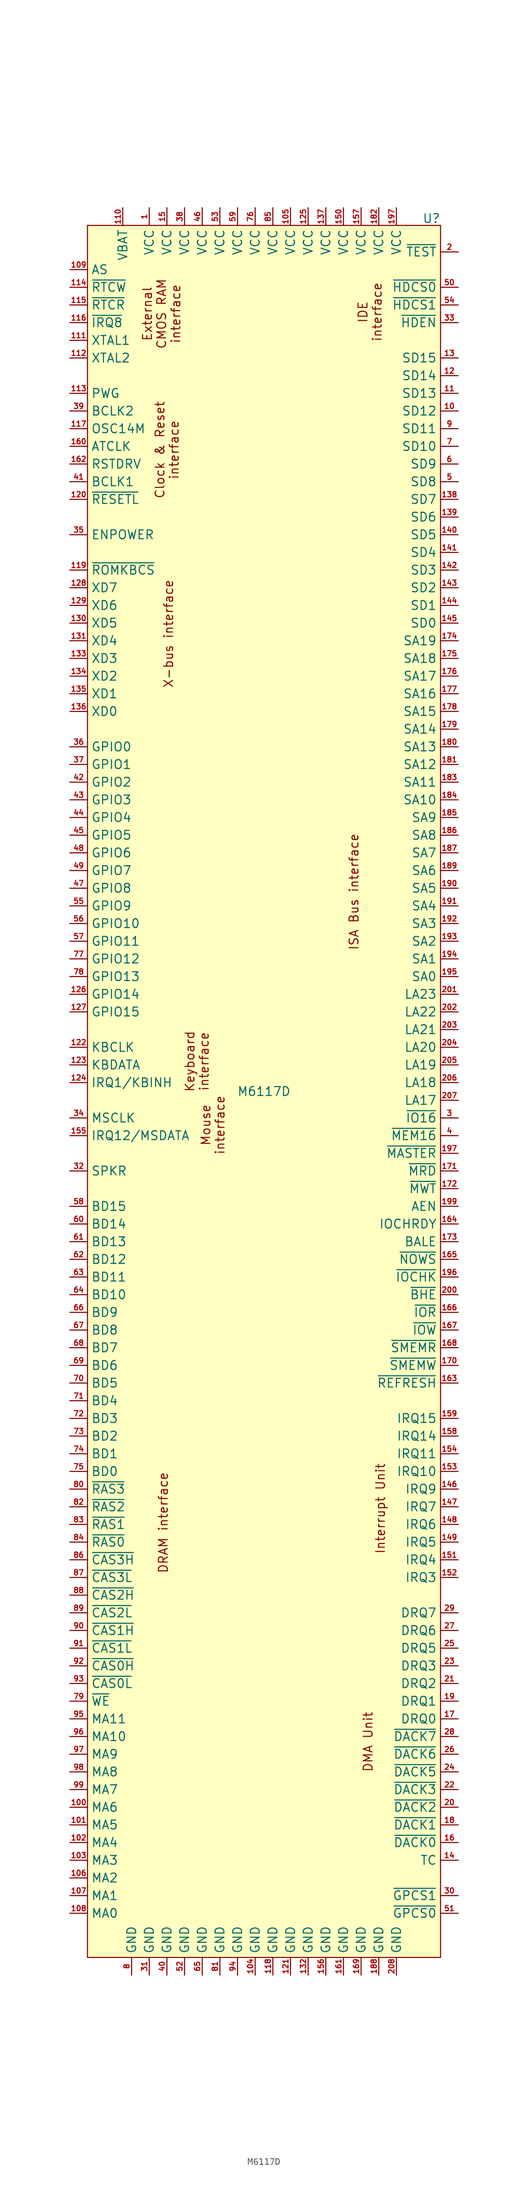
<source format=kicad_sym>
(kicad_symbol_lib
  (version 20231120)
  (generator "kicad_symbol_editor")
  (generator_version "8.0")
  (symbol "M6117D"
    (property "Reference" "U"
      (at 25.4 124.714 0)
      (effects (font (size 1.27 1.27)) (justify right bottom)))
    (property "Value" "M6117D"
      (at 0 0 0)
      (effects (font (size 1.27 1.27))))
    (symbol "M6117D_1_1"
      (rectangle (start -25.4 124.46) (end 25.4 -124.46) (stroke (width 0) (type default)) (fill (type background)))
      (text "Clock & Reset\ninterface" (at -12.192 92.202 900) (effects (font (size 1.27 1.27)) (justify bottom)))
      (text "DMA Unit" (at 14.224 -93.472 900) (effects (font (size 1.27 1.27)) (justify top)))
      (text "DRAM interface" (at -15.24 -61.976 900) (effects (font (size 1.27 1.27)) (justify top)))
      (text "External\nCMOS RAM\ninterface" (at -17.526 111.76 900) (effects (font (size 1.27 1.27)) (justify top)))
      (text "IDE\ninterface" (at 17.018 112.014 900) (effects (font (size 1.27 1.27)) (justify bottom)))
      (text "Interrupt Unit" (at 16.002 -59.944 900) (effects (font (size 1.27 1.27)) (justify top)))
      (text "ISA Bus interface" (at 12.192 28.702 900) (effects (font (size 1.27 1.27)) (justify top)))
      (text "Keyboard\ninterface" (at -7.874 4.318 900) (effects (font (size 1.27 1.27)) (justify bottom)))
      (text "Mouse\ninterface" (at -5.588 -4.826 900) (effects (font (size 1.27 1.27)) (justify bottom)))
      (text "X-bus interface" (at -14.478 65.786 900) (effects (font (size 1.27 1.27)) (justify top)))
      (pin power_in line (at -16.51 127 270) (length 2.54) (name "VCC" (effects (font (size 1.27 1.27)))) (number "1" (effects (font (size 0.762 0.762)))))
      (pin bidirectional line (at 27.94 97.79 180) (length 2.54) (name "SD12" (effects (font (size 1.27 1.27)))) (number "10" (effects (font (size 0.762 0.762)))))
      (pin output line (at -27.94 -102.87 0) (length 2.54) (name "MA6" (effects (font (size 1.27 1.27)))) (number "100" (effects (font (size 0.762 0.762)))))
      (pin output line (at -27.94 -105.41 0) (length 2.54) (name "MA5" (effects (font (size 1.27 1.27)))) (number "101" (effects (font (size 0.762 0.762)))))
      (pin output line (at -27.94 -107.95 0) (length 2.54) (name "MA4" (effects (font (size 1.27 1.27)))) (number "102" (effects (font (size 0.762 0.762)))))
      (pin output line (at -27.94 -110.49 0) (length 2.54) (name "MA3" (effects (font (size 1.27 1.27)))) (number "103" (effects (font (size 0.762 0.762)))))
      (pin power_in line (at -1.27 -127 90) (length 2.54) (name "GND" (effects (font (size 1.27 1.27)))) (number "104" (effects (font (size 0.762 0.762)))))
      (pin power_in line (at 3.81 127 270) (length 2.54) (name "VCC" (effects (font (size 1.27 1.27)))) (number "105" (effects (font (size 0.762 0.762)))))
      (pin output line (at -27.94 -113.03 0) (length 2.54) (name "MA2" (effects (font (size 1.27 1.27)))) (number "106" (effects (font (size 0.762 0.762)))))
      (pin output line (at -27.94 -115.57 0) (length 2.54) (name "MA1" (effects (font (size 1.27 1.27)))) (number "107" (effects (font (size 0.762 0.762)))))
      (pin output line (at -27.94 -118.11 0) (length 2.54) (name "MA0" (effects (font (size 1.27 1.27)))) (number "108" (effects (font (size 0.762 0.762)))))
      (pin output line (at -27.94 118.11 0) (length 2.54) (name "AS" (effects (font (size 1.27 1.27)))) (number "109" (effects (font (size 0.762 0.762)))))
      (pin bidirectional line (at 27.94 100.33 180) (length 2.54) (name "SD13" (effects (font (size 1.27 1.27)))) (number "11" (effects (font (size 0.762 0.762)))))
      (pin power_in line (at -20.32 127 270) (length 2.54) (name "VBAT" (effects (font (size 1.27 1.27)))) (number "110" (effects (font (size 0.762 0.762)))))
      (pin output line (at -27.94 107.95 0) (length 2.54) (name "XTAL1" (effects (font (size 1.27 1.27)))) (number "111" (effects (font (size 0.762 0.762)))))
      (pin input line (at -27.94 105.41 0) (length 2.54) (name "XTAL2" (effects (font (size 1.27 1.27)))) (number "112" (effects (font (size 0.762 0.762)))))
      (pin input line (at -27.94 100.33 0) (length 2.54) (name "PWG" (effects (font (size 1.27 1.27)))) (number "113" (effects (font (size 0.762 0.762)))))
      (pin output line (at -27.94 115.57 0) (length 2.54) (name "~{RTCW}" (effects (font (size 1.27 1.27)))) (number "114" (effects (font (size 0.762 0.762)))))
      (pin output line (at -27.94 113.03 0) (length 2.54) (name "~{RTCR}" (effects (font (size 1.27 1.27)))) (number "115" (effects (font (size 0.762 0.762)))))
      (pin input line (at -27.94 110.49 0) (length 2.54) (name "~{IRQ8}" (effects (font (size 1.27 1.27)))) (number "116" (effects (font (size 0.762 0.762)))))
      (pin input line (at -27.94 95.25 0) (length 2.54) (name "OSC14M" (effects (font (size 1.27 1.27)))) (number "117" (effects (font (size 0.762 0.762)))))
      (pin power_in line (at 1.27 -127 90) (length 2.54) (name "GND" (effects (font (size 1.27 1.27)))) (number "118" (effects (font (size 0.762 0.762)))))
      (pin bidirectional line (at -27.94 74.93 0) (length 2.54) (name "~{ROMKBCS}" (effects (font (size 1.27 1.27)))) (number "119" (effects (font (size 0.762 0.762)))))
      (pin bidirectional line (at 27.94 102.87 180) (length 2.54) (name "SD14" (effects (font (size 1.27 1.27)))) (number "12" (effects (font (size 0.762 0.762)))))
      (pin output line (at -27.94 85.09 0) (length 2.54) (name "~{RESETL}" (effects (font (size 1.27 1.27)))) (number "120" (effects (font (size 0.762 0.762)))))
      (pin power_in line (at 3.81 -127 90) (length 2.54) (name "GND" (effects (font (size 1.27 1.27)))) (number "121" (effects (font (size 0.762 0.762)))))
      (pin bidirectional line (at -27.94 6.35 0) (length 2.54) (name "KBCLK" (effects (font (size 1.27 1.27)))) (number "122" (effects (font (size 0.762 0.762)))))
      (pin bidirectional line (at -27.94 3.81 0) (length 2.54) (name "KBDATA" (effects (font (size 1.27 1.27)))) (number "123" (effects (font (size 0.762 0.762)))))
      (pin bidirectional line (at -27.94 1.27 0) (length 2.54) (name "IRQ1/KBINH" (effects (font (size 1.27 1.27)))) (number "124" (effects (font (size 0.762 0.762)))))
      (pin power_in line (at 6.35 127 270) (length 2.54) (name "VCC" (effects (font (size 1.27 1.27)))) (number "125" (effects (font (size 0.762 0.762)))))
      (pin bidirectional line (at -27.94 13.97 0) (length 2.54) (name "GPIO14" (effects (font (size 1.27 1.27)))) (number "126" (effects (font (size 0.762 0.762)))))
      (pin bidirectional line (at -27.94 11.43 0) (length 2.54) (name "GPIO15" (effects (font (size 1.27 1.27)))) (number "127" (effects (font (size 0.762 0.762)))))
      (pin bidirectional line (at -27.94 72.39 0) (length 2.54) (name "XD7" (effects (font (size 1.27 1.27)))) (number "128" (effects (font (size 0.762 0.762)))))
      (pin bidirectional line (at -27.94 69.85 0) (length 2.54) (name "XD6" (effects (font (size 1.27 1.27)))) (number "129" (effects (font (size 0.762 0.762)))))
      (pin bidirectional line (at 27.94 105.41 180) (length 2.54) (name "SD15" (effects (font (size 1.27 1.27)))) (number "13" (effects (font (size 0.762 0.762)))))
      (pin bidirectional line (at -27.94 67.31 0) (length 2.54) (name "XD5" (effects (font (size 1.27 1.27)))) (number "130" (effects (font (size 0.762 0.762)))))
      (pin bidirectional line (at -27.94 64.77 0) (length 2.54) (name "XD4" (effects (font (size 1.27 1.27)))) (number "131" (effects (font (size 0.762 0.762)))))
      (pin power_in line (at 6.35 -127 90) (length 2.54) (name "GND" (effects (font (size 1.27 1.27)))) (number "132" (effects (font (size 0.762 0.762)))))
      (pin bidirectional line (at -27.94 62.23 0) (length 2.54) (name "XD3" (effects (font (size 1.27 1.27)))) (number "133" (effects (font (size 0.762 0.762)))))
      (pin bidirectional line (at -27.94 59.69 0) (length 2.54) (name "XD2" (effects (font (size 1.27 1.27)))) (number "134" (effects (font (size 0.762 0.762)))))
      (pin bidirectional line (at -27.94 57.15 0) (length 2.54) (name "XD1" (effects (font (size 1.27 1.27)))) (number "135" (effects (font (size 0.762 0.762)))))
      (pin bidirectional line (at -27.94 54.61 0) (length 2.54) (name "XD0" (effects (font (size 1.27 1.27)))) (number "136" (effects (font (size 0.762 0.762)))))
      (pin power_in line (at 8.89 127 270) (length 2.54) (name "VCC" (effects (font (size 1.27 1.27)))) (number "137" (effects (font (size 0.762 0.762)))))
      (pin bidirectional line (at 27.94 85.09 180) (length 2.54) (name "SD7" (effects (font (size 1.27 1.27)))) (number "138" (effects (font (size 0.762 0.762)))))
      (pin bidirectional line (at 27.94 82.55 180) (length 2.54) (name "SD6" (effects (font (size 1.27 1.27)))) (number "139" (effects (font (size 0.762 0.762)))))
      (pin output line (at 27.94 -110.49 180) (length 2.54) (name "TC" (effects (font (size 1.27 1.27)))) (number "14" (effects (font (size 0.762 0.762)))))
      (pin bidirectional line (at 27.94 80.01 180) (length 2.54) (name "SD5" (effects (font (size 1.27 1.27)))) (number "140" (effects (font (size 0.762 0.762)))))
      (pin bidirectional line (at 27.94 77.47 180) (length 2.54) (name "SD4" (effects (font (size 1.27 1.27)))) (number "141" (effects (font (size 0.762 0.762)))))
      (pin bidirectional line (at 27.94 74.93 180) (length 2.54) (name "SD3" (effects (font (size 1.27 1.27)))) (number "142" (effects (font (size 0.762 0.762)))))
      (pin bidirectional line (at 27.94 72.39 180) (length 2.54) (name "SD2" (effects (font (size 1.27 1.27)))) (number "143" (effects (font (size 0.762 0.762)))))
      (pin bidirectional line (at 27.94 69.85 180) (length 2.54) (name "SD1" (effects (font (size 1.27 1.27)))) (number "144" (effects (font (size 0.762 0.762)))))
      (pin bidirectional line (at 27.94 67.31 180) (length 2.54) (name "SD0" (effects (font (size 1.27 1.27)))) (number "145" (effects (font (size 0.762 0.762)))))
      (pin input line (at 27.94 -57.15 180) (length 2.54) (name "IRQ9" (effects (font (size 1.27 1.27)))) (number "146" (effects (font (size 0.762 0.762)))))
      (pin input line (at 27.94 -59.69 180) (length 2.54) (name "IRQ7" (effects (font (size 1.27 1.27)))) (number "147" (effects (font (size 0.762 0.762)))))
      (pin input line (at 27.94 -62.23 180) (length 2.54) (name "IRQ6" (effects (font (size 1.27 1.27)))) (number "148" (effects (font (size 0.762 0.762)))))
      (pin input line (at 27.94 -64.77 180) (length 2.54) (name "IRQ5" (effects (font (size 1.27 1.27)))) (number "149" (effects (font (size 0.762 0.762)))))
      (pin power_in line (at -13.97 127 270) (length 2.54) (name "VCC" (effects (font (size 1.27 1.27)))) (number "15" (effects (font (size 0.762 0.762)))))
      (pin power_in line (at 11.43 127 270) (length 2.54) (name "VCC" (effects (font (size 1.27 1.27)))) (number "150" (effects (font (size 0.762 0.762)))))
      (pin input line (at 27.94 -67.31 180) (length 2.54) (name "IRQ4" (effects (font (size 1.27 1.27)))) (number "151" (effects (font (size 0.762 0.762)))))
      (pin input line (at 27.94 -69.85 180) (length 2.54) (name "IRQ3" (effects (font (size 1.27 1.27)))) (number "152" (effects (font (size 0.762 0.762)))))
      (pin input line (at 27.94 -54.61 180) (length 2.54) (name "IRQ10" (effects (font (size 1.27 1.27)))) (number "153" (effects (font (size 0.762 0.762)))))
      (pin input line (at 27.94 -52.07 180) (length 2.54) (name "IRQ11" (effects (font (size 1.27 1.27)))) (number "154" (effects (font (size 0.762 0.762)))))
      (pin bidirectional line (at -27.94 -6.35 0) (length 2.54) (name "IRQ12/MSDATA" (effects (font (size 1.27 1.27)))) (number "155" (effects (font (size 0.762 0.762)))))
      (pin power_in line (at 8.89 -127 90) (length 2.54) (name "GND" (effects (font (size 1.27 1.27)))) (number "156" (effects (font (size 0.762 0.762)))))
      (pin power_in line (at 13.97 127 270) (length 2.54) (name "VCC" (effects (font (size 1.27 1.27)))) (number "157" (effects (font (size 0.762 0.762)))))
      (pin input line (at 27.94 -49.53 180) (length 2.54) (name "IRQ14" (effects (font (size 1.27 1.27)))) (number "158" (effects (font (size 0.762 0.762)))))
      (pin input line (at 27.94 -46.99 180) (length 2.54) (name "IRQ15" (effects (font (size 1.27 1.27)))) (number "159" (effects (font (size 0.762 0.762)))))
      (pin bidirectional line (at 27.94 -107.95 180) (length 2.54) (name "~{DACK0}" (effects (font (size 1.27 1.27)))) (number "16" (effects (font (size 0.762 0.762)))))
      (pin output line (at -27.94 92.71 0) (length 2.54) (name "ATCLK" (effects (font (size 1.27 1.27)))) (number "160" (effects (font (size 0.762 0.762)))))
      (pin power_in line (at 11.43 -127 90) (length 2.54) (name "GND" (effects (font (size 1.27 1.27)))) (number "161" (effects (font (size 0.762 0.762)))))
      (pin output line (at -27.94 90.17 0) (length 2.54) (name "RSTDRV" (effects (font (size 1.27 1.27)))) (number "162" (effects (font (size 0.762 0.762)))))
      (pin bidirectional line (at 27.94 -41.91 180) (length 2.54) (name "~{REFRESH}" (effects (font (size 1.27 1.27)))) (number "163" (effects (font (size 0.762 0.762)))))
      (pin input line (at 27.94 -19.05 180) (length 2.54) (name "IOCHRDY" (effects (font (size 1.27 1.27)))) (number "164" (effects (font (size 0.762 0.762)))))
      (pin input line (at 27.94 -24.13 180) (length 2.54) (name "~{NOWS}" (effects (font (size 1.27 1.27)))) (number "165" (effects (font (size 0.762 0.762)))))
      (pin bidirectional line (at 27.94 -31.75 180) (length 2.54) (name "~{IOR}" (effects (font (size 1.27 1.27)))) (number "166" (effects (font (size 0.762 0.762)))))
      (pin bidirectional line (at 27.94 -34.29 180) (length 2.54) (name "~{IOW}" (effects (font (size 1.27 1.27)))) (number "167" (effects (font (size 0.762 0.762)))))
      (pin bidirectional line (at 27.94 -36.83 180) (length 2.54) (name "~{SMEMR}" (effects (font (size 1.27 1.27)))) (number "168" (effects (font (size 0.762 0.762)))))
      (pin power_in line (at 13.97 -127 90) (length 2.54) (name "GND" (effects (font (size 1.27 1.27)))) (number "169" (effects (font (size 0.762 0.762)))))
      (pin bidirectional line (at 27.94 -90.17 180) (length 2.54) (name "DRQ0" (effects (font (size 1.27 1.27)))) (number "17" (effects (font (size 0.762 0.762)))))
      (pin bidirectional line (at 27.94 -39.37 180) (length 2.54) (name "~{SMEMW}" (effects (font (size 1.27 1.27)))) (number "170" (effects (font (size 0.762 0.762)))))
      (pin bidirectional line (at 27.94 -11.43 180) (length 2.54) (name "~{MRD}" (effects (font (size 1.27 1.27)))) (number "171" (effects (font (size 0.762 0.762)))))
      (pin bidirectional line (at 27.94 -13.97 180) (length 2.54) (name "~{MWT}" (effects (font (size 1.27 1.27)))) (number "172" (effects (font (size 0.762 0.762)))))
      (pin output line (at 27.94 -21.59 180) (length 2.54) (name "BALE" (effects (font (size 1.27 1.27)))) (number "173" (effects (font (size 0.762 0.762)))))
      (pin bidirectional line (at 27.94 64.77 180) (length 2.54) (name "SA19" (effects (font (size 1.27 1.27)))) (number "174" (effects (font (size 0.762 0.762)))))
      (pin bidirectional line (at 27.94 62.23 180) (length 2.54) (name "SA18" (effects (font (size 1.27 1.27)))) (number "175" (effects (font (size 0.762 0.762)))))
      (pin bidirectional line (at 27.94 59.69 180) (length 2.54) (name "SA17" (effects (font (size 1.27 1.27)))) (number "176" (effects (font (size 0.762 0.762)))))
      (pin bidirectional line (at 27.94 57.15 180) (length 2.54) (name "SA16" (effects (font (size 1.27 1.27)))) (number "177" (effects (font (size 0.762 0.762)))))
      (pin bidirectional line (at 27.94 54.61 180) (length 2.54) (name "SA15" (effects (font (size 1.27 1.27)))) (number "178" (effects (font (size 0.762 0.762)))))
      (pin bidirectional line (at 27.94 52.07 180) (length 2.54) (name "SA14" (effects (font (size 1.27 1.27)))) (number "179" (effects (font (size 0.762 0.762)))))
      (pin bidirectional line (at 27.94 -105.41 180) (length 2.54) (name "~{DACK1}" (effects (font (size 1.27 1.27)))) (number "18" (effects (font (size 0.762 0.762)))))
      (pin bidirectional line (at 27.94 49.53 180) (length 2.54) (name "SA13" (effects (font (size 1.27 1.27)))) (number "180" (effects (font (size 0.762 0.762)))))
      (pin bidirectional line (at 27.94 46.99 180) (length 2.54) (name "SA12" (effects (font (size 1.27 1.27)))) (number "181" (effects (font (size 0.762 0.762)))))
      (pin power_in line (at 16.51 127 270) (length 2.54) (name "VCC" (effects (font (size 1.27 1.27)))) (number "182" (effects (font (size 0.762 0.762)))))
      (pin bidirectional line (at 27.94 44.45 180) (length 2.54) (name "SA11" (effects (font (size 1.27 1.27)))) (number "183" (effects (font (size 0.762 0.762)))))
      (pin bidirectional line (at 27.94 41.91 180) (length 2.54) (name "SA10" (effects (font (size 1.27 1.27)))) (number "184" (effects (font (size 0.762 0.762)))))
      (pin bidirectional line (at 27.94 39.37 180) (length 2.54) (name "SA9" (effects (font (size 1.27 1.27)))) (number "185" (effects (font (size 0.762 0.762)))))
      (pin bidirectional line (at 27.94 36.83 180) (length 2.54) (name "SA8" (effects (font (size 1.27 1.27)))) (number "186" (effects (font (size 0.762 0.762)))))
      (pin bidirectional line (at 27.94 34.29 180) (length 2.54) (name "SA7" (effects (font (size 1.27 1.27)))) (number "187" (effects (font (size 0.762 0.762)))))
      (pin power_in line (at 16.51 -127 90) (length 2.54) (name "GND" (effects (font (size 1.27 1.27)))) (number "188" (effects (font (size 0.762 0.762)))))
      (pin bidirectional line (at 27.94 31.75 180) (length 2.54) (name "SA6" (effects (font (size 1.27 1.27)))) (number "189" (effects (font (size 0.762 0.762)))))
      (pin bidirectional line (at 27.94 -87.63 180) (length 2.54) (name "DRQ1" (effects (font (size 1.27 1.27)))) (number "19" (effects (font (size 0.762 0.762)))))
      (pin bidirectional line (at 27.94 29.21 180) (length 2.54) (name "SA5" (effects (font (size 1.27 1.27)))) (number "190" (effects (font (size 0.762 0.762)))))
      (pin bidirectional line (at 27.94 26.67 180) (length 2.54) (name "SA4" (effects (font (size 1.27 1.27)))) (number "191" (effects (font (size 0.762 0.762)))))
      (pin bidirectional line (at 27.94 24.13 180) (length 2.54) (name "SA3" (effects (font (size 1.27 1.27)))) (number "192" (effects (font (size 0.762 0.762)))))
      (pin bidirectional line (at 27.94 21.59 180) (length 2.54) (name "SA2" (effects (font (size 1.27 1.27)))) (number "193" (effects (font (size 0.762 0.762)))))
      (pin bidirectional line (at 27.94 19.05 180) (length 2.54) (name "SA1" (effects (font (size 1.27 1.27)))) (number "194" (effects (font (size 0.762 0.762)))))
      (pin bidirectional line (at 27.94 16.51 180) (length 2.54) (name "SA0" (effects (font (size 1.27 1.27)))) (number "195" (effects (font (size 0.762 0.762)))))
      (pin input line (at 27.94 -26.67 180) (length 2.54) (name "~{IOCHK}" (effects (font (size 1.27 1.27)))) (number "196" (effects (font (size 0.762 0.762)))))
      (pin power_in line (at 19.05 127 270) (length 2.54) (name "VCC" (effects (font (size 1.27 1.27)))) (number "197" (effects (font (size 0.762 0.762)))))
      (pin input line (at 27.94 -8.89 180) (length 2.54) (name "~{MASTER}" (effects (font (size 1.27 1.27)))) (number "197" (effects (font (size 0.762 0.762)))))
      (pin bidirectional line (at 27.94 -16.51 180) (length 2.54) (name "AEN" (effects (font (size 1.27 1.27)))) (number "199" (effects (font (size 0.762 0.762)))))
      (pin input line (at 27.94 120.65 180) (length 2.54) (name "~{TEST}" (effects (font (size 1.27 1.27)))) (number "2" (effects (font (size 0.762 0.762)))))
      (pin bidirectional line (at 27.94 -102.87 180) (length 2.54) (name "~{DACK2}" (effects (font (size 1.27 1.27)))) (number "20" (effects (font (size 0.762 0.762)))))
      (pin bidirectional line (at 27.94 -29.21 180) (length 2.54) (name "~{BHE}" (effects (font (size 1.27 1.27)))) (number "200" (effects (font (size 0.762 0.762)))))
      (pin bidirectional line (at 27.94 13.97 180) (length 2.54) (name "LA23" (effects (font (size 1.27 1.27)))) (number "201" (effects (font (size 0.762 0.762)))))
      (pin bidirectional line (at 27.94 11.43 180) (length 2.54) (name "LA22" (effects (font (size 1.27 1.27)))) (number "202" (effects (font (size 0.762 0.762)))))
      (pin bidirectional line (at 27.94 8.89 180) (length 2.54) (name "LA21" (effects (font (size 1.27 1.27)))) (number "203" (effects (font (size 0.762 0.762)))))
      (pin bidirectional line (at 27.94 6.35 180) (length 2.54) (name "LA20" (effects (font (size 1.27 1.27)))) (number "204" (effects (font (size 0.762 0.762)))))
      (pin bidirectional line (at 27.94 3.81 180) (length 2.54) (name "LA19" (effects (font (size 1.27 1.27)))) (number "205" (effects (font (size 0.762 0.762)))))
      (pin bidirectional line (at 27.94 1.27 180) (length 2.54) (name "LA18" (effects (font (size 1.27 1.27)))) (number "206" (effects (font (size 0.762 0.762)))))
      (pin bidirectional line (at 27.94 -1.27 180) (length 2.54) (name "LA17" (effects (font (size 1.27 1.27)))) (number "207" (effects (font (size 0.762 0.762)))))
      (pin power_in line (at 19.05 -127 90) (length 2.54) (name "GND" (effects (font (size 1.27 1.27)))) (number "208" (effects (font (size 0.762 0.762)))))
      (pin bidirectional line (at 27.94 -85.09 180) (length 2.54) (name "DRQ2" (effects (font (size 1.27 1.27)))) (number "21" (effects (font (size 0.762 0.762)))))
      (pin bidirectional line (at 27.94 -100.33 180) (length 2.54) (name "~{DACK3}" (effects (font (size 1.27 1.27)))) (number "22" (effects (font (size 0.762 0.762)))))
      (pin bidirectional line (at 27.94 -82.55 180) (length 2.54) (name "DRQ3" (effects (font (size 1.27 1.27)))) (number "23" (effects (font (size 0.762 0.762)))))
      (pin bidirectional line (at 27.94 -97.79 180) (length 2.54) (name "~{DACK5}" (effects (font (size 1.27 1.27)))) (number "24" (effects (font (size 0.762 0.762)))))
      (pin bidirectional line (at 27.94 -80.01 180) (length 2.54) (name "DRQ5" (effects (font (size 1.27 1.27)))) (number "25" (effects (font (size 0.762 0.762)))))
      (pin bidirectional line (at 27.94 -95.25 180) (length 2.54) (name "~{DACK6}" (effects (font (size 1.27 1.27)))) (number "26" (effects (font (size 0.762 0.762)))))
      (pin bidirectional line (at 27.94 -77.47 180) (length 2.54) (name "DRQ6" (effects (font (size 1.27 1.27)))) (number "27" (effects (font (size 0.762 0.762)))))
      (pin bidirectional line (at 27.94 -92.71 180) (length 2.54) (name "~{DACK7}" (effects (font (size 1.27 1.27)))) (number "28" (effects (font (size 0.762 0.762)))))
      (pin bidirectional line (at 27.94 -74.93 180) (length 2.54) (name "DRQ7" (effects (font (size 1.27 1.27)))) (number "29" (effects (font (size 0.762 0.762)))))
      (pin input line (at 27.94 -3.81 180) (length 2.54) (name "~{IO16}" (effects (font (size 1.27 1.27)))) (number "3" (effects (font (size 0.762 0.762)))))
      (pin output line (at 27.94 -115.57 180) (length 2.54) (name "~{GPCS1}" (effects (font (size 1.27 1.27)))) (number "30" (effects (font (size 0.762 0.762)))))
      (pin power_in line (at -16.51 -127 90) (length 2.54) (name "GND" (effects (font (size 1.27 1.27)))) (number "31" (effects (font (size 0.762 0.762)))))
      (pin output line (at -27.94 -11.43 0) (length 2.54) (name "SPKR" (effects (font (size 1.27 1.27)))) (number "32" (effects (font (size 0.762 0.762)))))
      (pin output line (at 27.94 110.49 180) (length 2.54) (name "~{HDEN}" (effects (font (size 1.27 1.27)))) (number "33" (effects (font (size 0.762 0.762)))))
      (pin bidirectional line (at -27.94 -3.81 0) (length 2.54) (name "MSCLK" (effects (font (size 1.27 1.27)))) (number "34" (effects (font (size 0.762 0.762)))))
      (pin output line (at -27.94 80.01 0) (length 2.54) (name "ENPOWER" (effects (font (size 1.27 1.27)))) (number "35" (effects (font (size 0.762 0.762)))))
      (pin bidirectional line (at -27.94 49.53 0) (length 2.54) (name "GPIO0" (effects (font (size 1.27 1.27)))) (number "36" (effects (font (size 0.762 0.762)))))
      (pin bidirectional line (at -27.94 46.99 0) (length 2.54) (name "GPIO1" (effects (font (size 1.27 1.27)))) (number "37" (effects (font (size 0.762 0.762)))))
      (pin power_in line (at -11.43 127 270) (length 2.54) (name "VCC" (effects (font (size 1.27 1.27)))) (number "38" (effects (font (size 0.762 0.762)))))
      (pin input line (at -27.94 97.79 0) (length 2.54) (name "BCLK2" (effects (font (size 1.27 1.27)))) (number "39" (effects (font (size 0.762 0.762)))))
      (pin input line (at 27.94 -6.35 180) (length 2.54) (name "~{MEM16}" (effects (font (size 1.27 1.27)))) (number "4" (effects (font (size 0.762 0.762)))))
      (pin power_in line (at -13.97 -127 90) (length 2.54) (name "GND" (effects (font (size 1.27 1.27)))) (number "40" (effects (font (size 0.762 0.762)))))
      (pin output line (at -27.94 87.63 0) (length 2.54) (name "BCLK1" (effects (font (size 1.27 1.27)))) (number "41" (effects (font (size 0.762 0.762)))))
      (pin bidirectional line (at -27.94 44.45 0) (length 2.54) (name "GPIO2" (effects (font (size 1.27 1.27)))) (number "42" (effects (font (size 0.762 0.762)))))
      (pin bidirectional line (at -27.94 41.91 0) (length 2.54) (name "GPIO3" (effects (font (size 1.27 1.27)))) (number "43" (effects (font (size 0.762 0.762)))))
      (pin bidirectional line (at -27.94 39.37 0) (length 2.54) (name "GPIO4" (effects (font (size 1.27 1.27)))) (number "44" (effects (font (size 0.762 0.762)))))
      (pin bidirectional line (at -27.94 36.83 0) (length 2.54) (name "GPIO5" (effects (font (size 1.27 1.27)))) (number "45" (effects (font (size 0.762 0.762)))))
      (pin power_in line (at -8.89 127 270) (length 2.54) (name "VCC" (effects (font (size 1.27 1.27)))) (number "46" (effects (font (size 0.762 0.762)))))
      (pin bidirectional line (at -27.94 29.21 0) (length 2.54) (name "GPIO8" (effects (font (size 1.27 1.27)))) (number "47" (effects (font (size 0.762 0.762)))))
      (pin bidirectional line (at -27.94 34.29 0) (length 2.54) (name "GPIO6" (effects (font (size 1.27 1.27)))) (number "48" (effects (font (size 0.762 0.762)))))
      (pin bidirectional line (at -27.94 31.75 0) (length 2.54) (name "GPIO7" (effects (font (size 1.27 1.27)))) (number "49" (effects (font (size 0.762 0.762)))))
      (pin bidirectional line (at 27.94 87.63 180) (length 2.54) (name "SD8" (effects (font (size 1.27 1.27)))) (number "5" (effects (font (size 0.762 0.762)))))
      (pin output line (at 27.94 115.57 180) (length 2.54) (name "~{HDCS0}" (effects (font (size 1.27 1.27)))) (number "50" (effects (font (size 0.762 0.762)))))
      (pin output line (at 27.94 -118.11 180) (length 2.54) (name "~{GPCS0}" (effects (font (size 1.27 1.27)))) (number "51" (effects (font (size 0.762 0.762)))))
      (pin power_in line (at -11.43 -127 90) (length 2.54) (name "GND" (effects (font (size 1.27 1.27)))) (number "52" (effects (font (size 0.762 0.762)))))
      (pin power_in line (at -6.35 127 270) (length 2.54) (name "VCC" (effects (font (size 1.27 1.27)))) (number "53" (effects (font (size 0.762 0.762)))))
      (pin output line (at 27.94 113.03 180) (length 2.54) (name "~{HDCS1}" (effects (font (size 1.27 1.27)))) (number "54" (effects (font (size 0.762 0.762)))))
      (pin bidirectional line (at -27.94 26.67 0) (length 2.54) (name "GPIO9" (effects (font (size 1.27 1.27)))) (number "55" (effects (font (size 0.762 0.762)))))
      (pin bidirectional line (at -27.94 24.13 0) (length 2.54) (name "GPIO10" (effects (font (size 1.27 1.27)))) (number "56" (effects (font (size 0.762 0.762)))))
      (pin bidirectional line (at -27.94 21.59 0) (length 2.54) (name "GPIO11" (effects (font (size 1.27 1.27)))) (number "57" (effects (font (size 0.762 0.762)))))
      (pin bidirectional line (at -27.94 -16.51 0) (length 2.54) (name "BD15" (effects (font (size 1.27 1.27)))) (number "58" (effects (font (size 0.762 0.762)))))
      (pin power_in line (at -3.81 127 270) (length 2.54) (name "VCC" (effects (font (size 1.27 1.27)))) (number "59" (effects (font (size 0.762 0.762)))))
      (pin bidirectional line (at 27.94 90.17 180) (length 2.54) (name "SD9" (effects (font (size 1.27 1.27)))) (number "6" (effects (font (size 0.762 0.762)))))
      (pin bidirectional line (at -27.94 -19.05 0) (length 2.54) (name "BD14" (effects (font (size 1.27 1.27)))) (number "60" (effects (font (size 0.762 0.762)))))
      (pin bidirectional line (at -27.94 -21.59 0) (length 2.54) (name "BD13" (effects (font (size 1.27 1.27)))) (number "61" (effects (font (size 0.762 0.762)))))
      (pin bidirectional line (at -27.94 -24.13 0) (length 2.54) (name "BD12" (effects (font (size 1.27 1.27)))) (number "62" (effects (font (size 0.762 0.762)))))
      (pin bidirectional line (at -27.94 -26.67 0) (length 2.54) (name "BD11" (effects (font (size 1.27 1.27)))) (number "63" (effects (font (size 0.762 0.762)))))
      (pin bidirectional line (at -27.94 -29.21 0) (length 2.54) (name "BD10" (effects (font (size 1.27 1.27)))) (number "64" (effects (font (size 0.762 0.762)))))
      (pin power_in line (at -8.89 -127 90) (length 2.54) (name "GND" (effects (font (size 1.27 1.27)))) (number "65" (effects (font (size 0.762 0.762)))))
      (pin bidirectional line (at -27.94 -31.75 0) (length 2.54) (name "BD9" (effects (font (size 1.27 1.27)))) (number "66" (effects (font (size 0.762 0.762)))))
      (pin bidirectional line (at -27.94 -34.29 0) (length 2.54) (name "BD8" (effects (font (size 1.27 1.27)))) (number "67" (effects (font (size 0.762 0.762)))))
      (pin bidirectional line (at -27.94 -36.83 0) (length 2.54) (name "BD7" (effects (font (size 1.27 1.27)))) (number "68" (effects (font (size 0.762 0.762)))))
      (pin bidirectional line (at -27.94 -39.37 0) (length 2.54) (name "BD6" (effects (font (size 1.27 1.27)))) (number "69" (effects (font (size 0.762 0.762)))))
      (pin bidirectional line (at 27.94 92.71 180) (length 2.54) (name "SD10" (effects (font (size 1.27 1.27)))) (number "7" (effects (font (size 0.762 0.762)))))
      (pin bidirectional line (at -27.94 -41.91 0) (length 2.54) (name "BD5" (effects (font (size 1.27 1.27)))) (number "70" (effects (font (size 0.762 0.762)))))
      (pin bidirectional line (at -27.94 -44.45 0) (length 2.54) (name "BD4" (effects (font (size 1.27 1.27)))) (number "71" (effects (font (size 0.762 0.762)))))
      (pin bidirectional line (at -27.94 -46.99 0) (length 2.54) (name "BD3" (effects (font (size 1.27 1.27)))) (number "72" (effects (font (size 0.762 0.762)))))
      (pin bidirectional line (at -27.94 -49.53 0) (length 2.54) (name "BD2" (effects (font (size 1.27 1.27)))) (number "73" (effects (font (size 0.762 0.762)))))
      (pin bidirectional line (at -27.94 -52.07 0) (length 2.54) (name "BD1" (effects (font (size 1.27 1.27)))) (number "74" (effects (font (size 0.762 0.762)))))
      (pin bidirectional line (at -27.94 -54.61 0) (length 2.54) (name "BD0" (effects (font (size 1.27 1.27)))) (number "75" (effects (font (size 0.762 0.762)))))
      (pin power_in line (at -1.27 127 270) (length 2.54) (name "VCC" (effects (font (size 1.27 1.27)))) (number "76" (effects (font (size 0.762 0.762)))))
      (pin bidirectional line (at -27.94 19.05 0) (length 2.54) (name "GPIO12" (effects (font (size 1.27 1.27)))) (number "77" (effects (font (size 0.762 0.762)))))
      (pin bidirectional line (at -27.94 16.51 0) (length 2.54) (name "GPIO13" (effects (font (size 1.27 1.27)))) (number "78" (effects (font (size 0.762 0.762)))))
      (pin output line (at -27.94 -87.63 0) (length 2.54) (name "~{WE}" (effects (font (size 1.27 1.27)))) (number "79" (effects (font (size 0.762 0.762)))))
      (pin power_in line (at -19.05 -127 90) (length 2.54) (name "GND" (effects (font (size 1.27 1.27)))) (number "8" (effects (font (size 0.762 0.762)))))
      (pin output line (at -27.94 -57.15 0) (length 2.54) (name "~{RAS3}" (effects (font (size 1.27 1.27)))) (number "80" (effects (font (size 0.762 0.762)))))
      (pin power_in line (at -6.35 -127 90) (length 2.54) (name "GND" (effects (font (size 1.27 1.27)))) (number "81" (effects (font (size 0.762 0.762)))))
      (pin output line (at -27.94 -59.69 0) (length 2.54) (name "~{RAS2}" (effects (font (size 1.27 1.27)))) (number "82" (effects (font (size 0.762 0.762)))))
      (pin output line (at -27.94 -62.23 0) (length 2.54) (name "~{RAS1}" (effects (font (size 1.27 1.27)))) (number "83" (effects (font (size 0.762 0.762)))))
      (pin output line (at -27.94 -64.77 0) (length 2.54) (name "~{RAS0}" (effects (font (size 1.27 1.27)))) (number "84" (effects (font (size 0.762 0.762)))))
      (pin power_in line (at 1.27 127 270) (length 2.54) (name "VCC" (effects (font (size 1.27 1.27)))) (number "85" (effects (font (size 0.762 0.762)))))
      (pin output line (at -27.94 -67.31 0) (length 2.54) (name "~{CAS3H}" (effects (font (size 1.27 1.27)))) (number "86" (effects (font (size 0.762 0.762)))))
      (pin output line (at -27.94 -69.85 0) (length 2.54) (name "~{CAS3L}" (effects (font (size 1.27 1.27)))) (number "87" (effects (font (size 0.762 0.762)))))
      (pin output line (at -27.94 -72.39 0) (length 2.54) (name "~{CAS2H}" (effects (font (size 1.27 1.27)))) (number "88" (effects (font (size 0.762 0.762)))))
      (pin output line (at -27.94 -74.93 0) (length 2.54) (name "~{CAS2L}" (effects (font (size 1.27 1.27)))) (number "89" (effects (font (size 0.762 0.762)))))
      (pin bidirectional line (at 27.94 95.25 180) (length 2.54) (name "SD11" (effects (font (size 1.27 1.27)))) (number "9" (effects (font (size 0.762 0.762)))))
      (pin output line (at -27.94 -77.47 0) (length 2.54) (name "~{CAS1H}" (effects (font (size 1.27 1.27)))) (number "90" (effects (font (size 0.762 0.762)))))
      (pin output line (at -27.94 -80.01 0) (length 2.54) (name "~{CAS1L}" (effects (font (size 1.27 1.27)))) (number "91" (effects (font (size 0.762 0.762)))))
      (pin output line (at -27.94 -82.55 0) (length 2.54) (name "~{CAS0H}" (effects (font (size 1.27 1.27)))) (number "92" (effects (font (size 0.762 0.762)))))
      (pin output line (at -27.94 -85.09 0) (length 2.54) (name "~{CAS0L}" (effects (font (size 1.27 1.27)))) (number "93" (effects (font (size 0.762 0.762)))))
      (pin power_in line (at -3.81 -127 90) (length 2.54) (name "GND" (effects (font (size 1.27 1.27)))) (number "94" (effects (font (size 0.762 0.762)))))
      (pin output line (at -27.94 -90.17 0) (length 2.54) (name "MA11" (effects (font (size 1.27 1.27)))) (number "95" (effects (font (size 0.762 0.762)))))
      (pin output line (at -27.94 -92.71 0) (length 2.54) (name "MA10" (effects (font (size 1.27 1.27)))) (number "96" (effects (font (size 0.762 0.762)))))
      (pin output line (at -27.94 -95.25 0) (length 2.54) (name "MA9" (effects (font (size 1.27 1.27)))) (number "97" (effects (font (size 0.762 0.762)))))
      (pin output line (at -27.94 -97.79 0) (length 2.54) (name "MA8" (effects (font (size 1.27 1.27)))) (number "98" (effects (font (size 0.762 0.762)))))
      (pin output line (at -27.94 -100.33 0) (length 2.54) (name "MA7" (effects (font (size 1.27 1.27)))) (number "99" (effects (font (size 0.762 0.762))))))))
</source>
